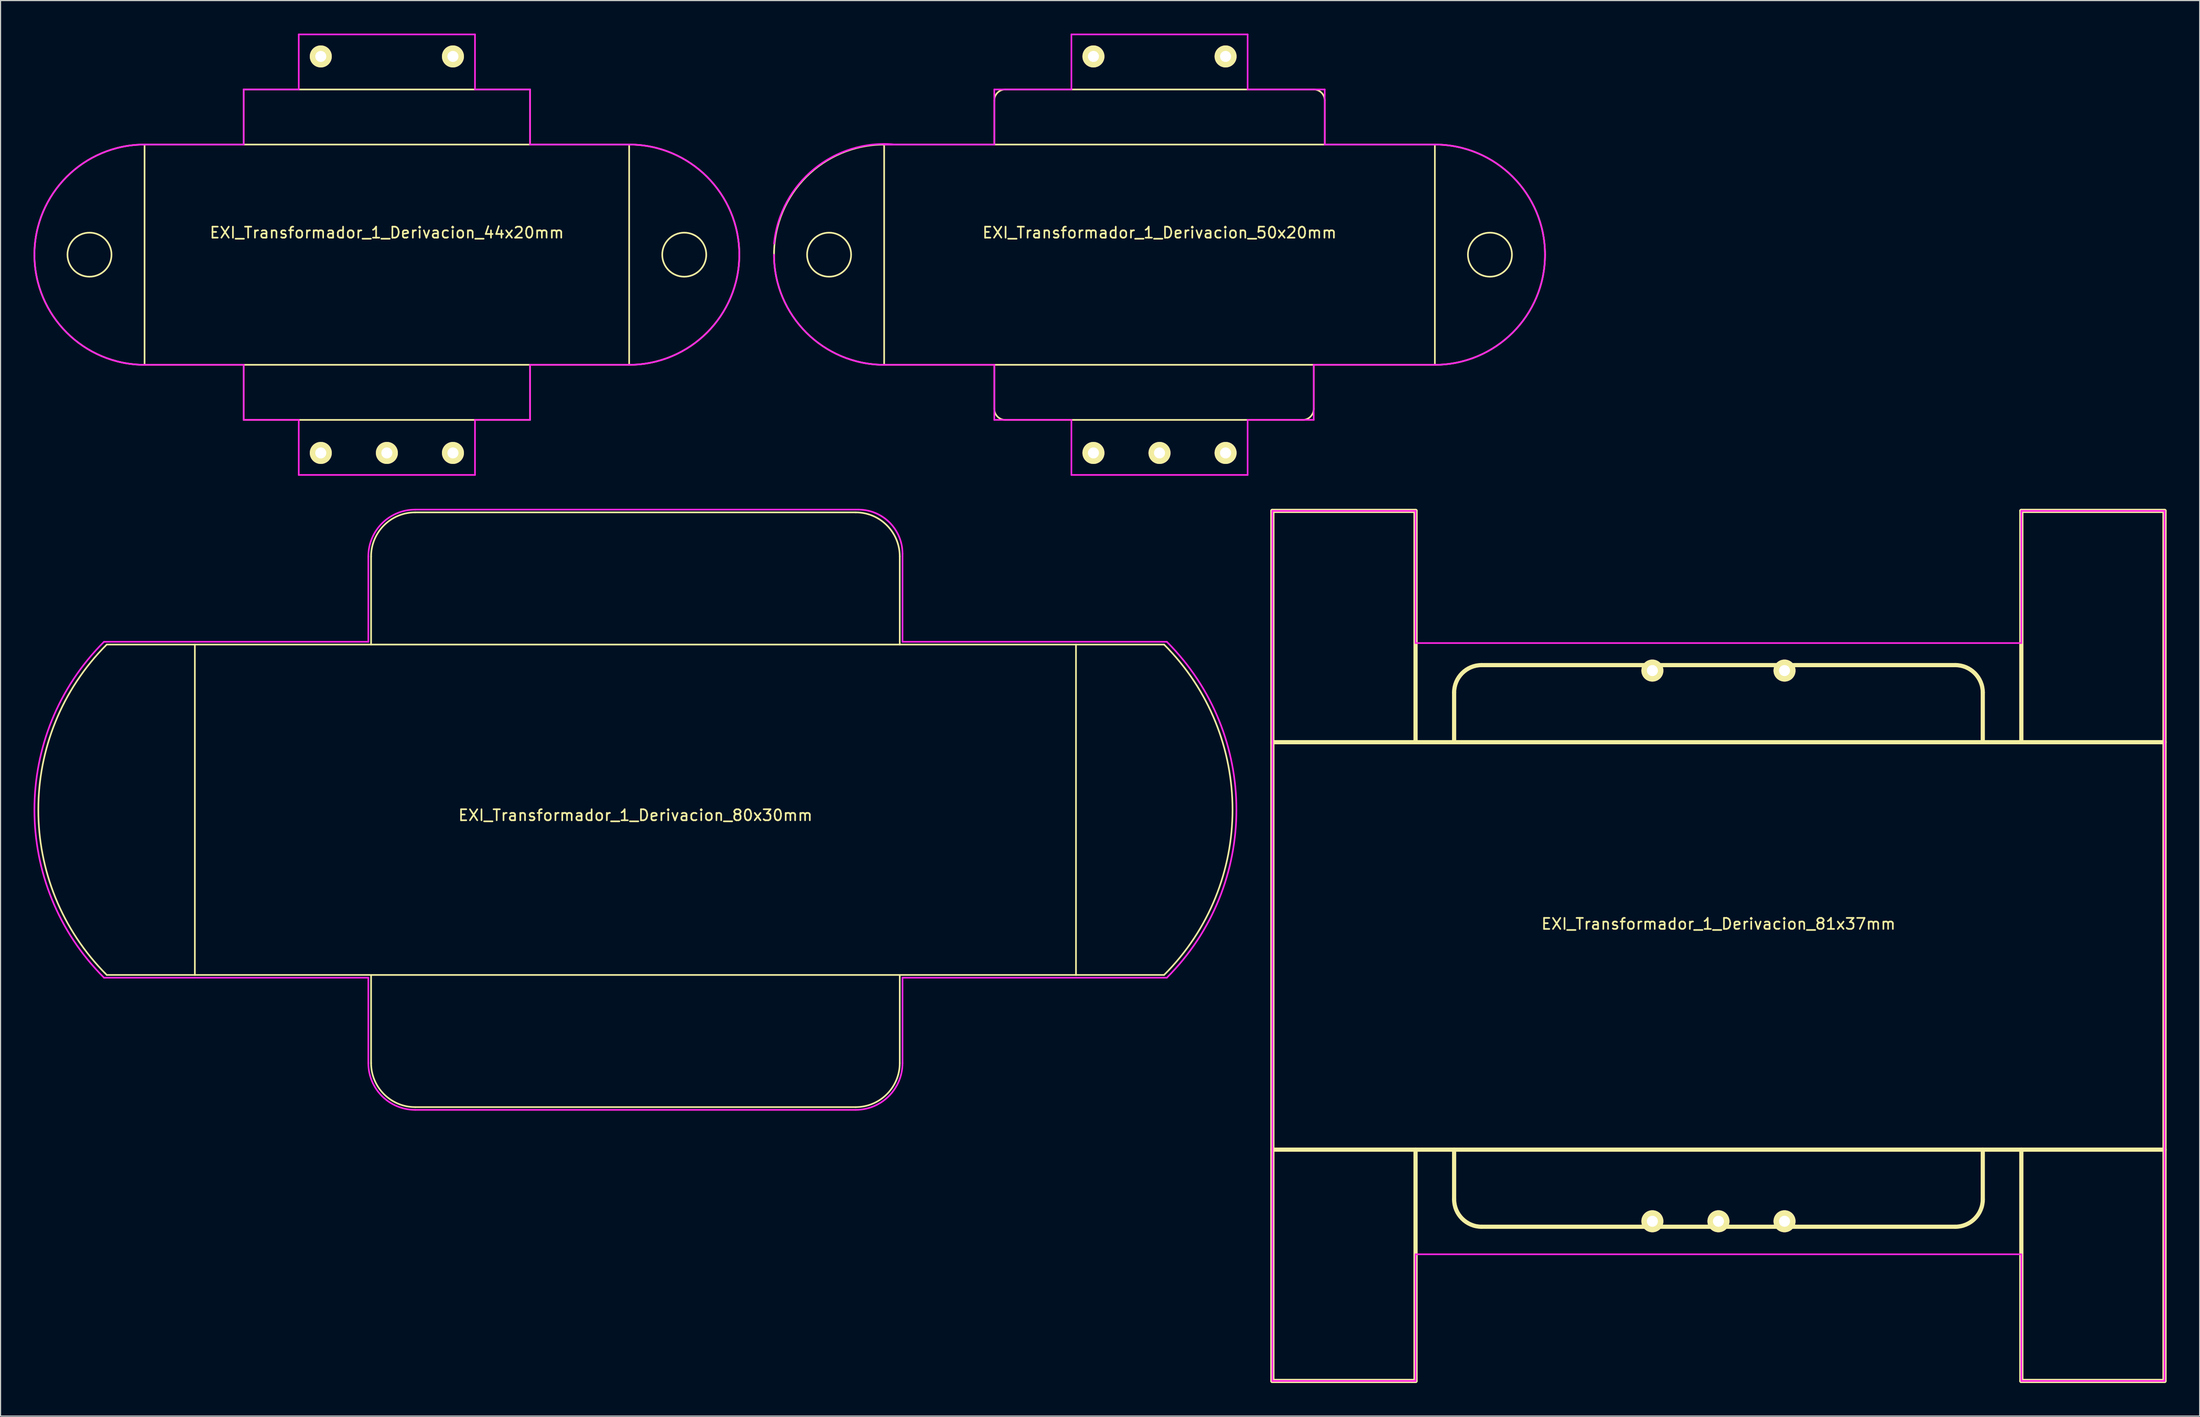
<source format=kicad_pcb>
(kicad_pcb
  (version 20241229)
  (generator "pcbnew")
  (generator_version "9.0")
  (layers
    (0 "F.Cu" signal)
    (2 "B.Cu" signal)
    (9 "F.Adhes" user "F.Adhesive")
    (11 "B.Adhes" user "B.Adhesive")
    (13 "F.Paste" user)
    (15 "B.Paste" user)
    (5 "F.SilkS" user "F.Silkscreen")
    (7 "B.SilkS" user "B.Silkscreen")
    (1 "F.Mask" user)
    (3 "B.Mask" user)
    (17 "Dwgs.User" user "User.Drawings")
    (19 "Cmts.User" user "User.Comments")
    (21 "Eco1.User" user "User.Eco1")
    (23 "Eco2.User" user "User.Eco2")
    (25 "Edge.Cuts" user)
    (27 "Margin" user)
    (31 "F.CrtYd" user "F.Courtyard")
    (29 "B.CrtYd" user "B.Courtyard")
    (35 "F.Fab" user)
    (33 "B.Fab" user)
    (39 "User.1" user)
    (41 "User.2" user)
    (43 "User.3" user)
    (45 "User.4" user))
  (footprint "EXI_Transformador_1_Derivacion_50x20mm"
    (layer "F.Cu")
    (at 102.226 20.075)
    (property "Reference" "EXI_Transformador_1_Derivacion_50x20mm" (at 0 -1.999 0) (layer "F.SilkS") (effects (font (size 1 1) (thickness 0.15))))
    (attr through_hole)
    (fp_line (start -25.001 -10) (end -25.001 10) (stroke (width 0.15) (type solid)) (layer "F.SilkS"))
    (fp_line (start -25.001 10) (end 25.001 10) (stroke (width 0.15) (type solid)) (layer "F.SilkS"))
    (fp_line (start -15.001 -14) (end -15.001 -10) (stroke (width 0.15) (type solid)) (layer "F.SilkS"))
    (fp_line (start -15.001 14) (end -15.001 10) (stroke (width 0.15) (type solid)) (layer "F.SilkS"))
    (fp_line (start -14 15.001) (end 13 15.001) (stroke (width 0.15) (type solid)) (layer "F.SilkS"))
    (fp_line (start 14 -15.001) (end -14 -15.001) (stroke (width 0.15) (type solid)) (layer "F.SilkS"))
    (fp_line (start 14 14) (end 14 10) (stroke (width 0.15) (type solid)) (layer "F.SilkS"))
    (fp_line (start 15.001 -14) (end 15.001 -10) (stroke (width 0.15) (type solid)) (layer "F.SilkS"))
    (fp_line (start 25.001 -10) (end -25.001 -10) (stroke (width 0.15) (type solid)) (layer "F.SilkS"))
    (fp_line (start 25.001 10) (end 25.001 -10) (stroke (width 0.15) (type solid)) (layer "F.SilkS"))
    (fp_arc (start -34.99866 0) (mid -32.069734 -7.071054) (end -24.99868 -9.99998) (stroke (width 0.15) (type solid)) (layer "F.SilkS"))
    (fp_arc (start -25.00122 9.99998) (mid -32.072274 7.071054) (end -35.0012 0) (stroke (width 0.15) (type solid)) (layer "F.SilkS"))
    (fp_arc (start -15.00124 -14.00048) (mid -14.708124 -14.708124) (end -14.00048 -15.00124) (stroke (width 0.15) (type solid)) (layer "F.SilkS"))
    (fp_arc (start -14.00048 15.00124) (mid -14.708124 14.708124) (end -15.00124 14.00048) (stroke (width 0.15) (type solid)) (layer "F.SilkS"))
    (fp_arc (start 14.00048 -15.00124) (mid 14.708124 -14.708124) (end 15.00124 -14.00048) (stroke (width 0.15) (type solid)) (layer "F.SilkS"))
    (fp_arc (start 14.00048 14.00048) (mid 13.707364 14.708124) (end 12.99972 15.00124) (stroke (width 0.15) (type solid)) (layer "F.SilkS"))
    (fp_arc (start 25.00122 -9.99998) (mid 32.072274 -7.071054) (end 35.0012 0) (stroke (width 0.15) (type solid)) (layer "F.SilkS"))
    (fp_arc (start 35.0012 0) (mid 32.072274 7.071054) (end 25.00122 9.99998) (stroke (width 0.15) (type solid)) (layer "F.SilkS"))
    (fp_circle (center -30 0) (end -28.001 0) (stroke (width 0.15) (type solid)) (fill no) (layer "F.SilkS"))
    (fp_circle (center 30 0) (end 31.999 0) (stroke (width 0.15) (type solid)) (fill no) (layer "F.SilkS"))
    (fp_line (start -25 -10) (end -15 -10) (stroke (width 0.15) (type solid)) (layer "F.CrtYd"))
    (fp_line (start -25 10) (end -15 10) (stroke (width 0.15) (type solid)) (layer "F.CrtYd"))
    (fp_line (start -15 -15) (end -8 -15) (stroke (width 0.15) (type solid)) (layer "F.CrtYd"))
    (fp_line (start -15 -10) (end -15 -15) (stroke (width 0.15) (type solid)) (layer "F.CrtYd"))
    (fp_line (start -15 10) (end -15 15) (stroke (width 0.15) (type solid)) (layer "F.CrtYd"))
    (fp_line (start -15 15) (end -8 15) (stroke (width 0.15) (type solid)) (layer "F.CrtYd"))
    (fp_line (start -8 -20) (end 8 -20) (stroke (width 0.15) (type solid)) (layer "F.CrtYd"))
    (fp_line (start -8 -15) (end -8 -20) (stroke (width 0.15) (type solid)) (layer "F.CrtYd"))
    (fp_line (start -8 15) (end -8 20) (stroke (width 0.15) (type solid)) (layer "F.CrtYd"))
    (fp_line (start -8 20) (end 8 20) (stroke (width 0.15) (type solid)) (layer "F.CrtYd"))
    (fp_line (start 8 -20) (end 8 -15) (stroke (width 0.15) (type solid)) (layer "F.CrtYd"))
    (fp_line (start 8 -15) (end 15 -15) (stroke (width 0.15) (type solid)) (layer "F.CrtYd"))
    (fp_line (start 8 15) (end 14 15) (stroke (width 0.15) (type solid)) (layer "F.CrtYd"))
    (fp_line (start 8 20) (end 8 15) (stroke (width 0.15) (type solid)) (layer "F.CrtYd"))
    (fp_line (start 14 10) (end 25 10) (stroke (width 0.15) (type solid)) (layer "F.CrtYd"))
    (fp_line (start 14 15) (end 14 10) (stroke (width 0.15) (type solid)) (layer "F.CrtYd"))
    (fp_line (start 15 -15) (end 15 -10) (stroke (width 0.15) (type solid)) (layer "F.CrtYd"))
    (fp_line (start 15 -10) (end 25 -10) (stroke (width 0.15) (type solid)) (layer "F.CrtYd"))
    (fp_arc (start -35 -1) (mid -31.363961 -7.778175) (end -24 -10) (stroke (width 0.15) (type solid)) (layer "F.CrtYd"))
    (fp_arc (start -25 10) (mid -32.071068 7.071068) (end -35 0) (stroke (width 0.15) (type solid)) (layer "F.CrtYd"))
    (fp_arc (start 25 -10) (mid 32.071068 -7.071068) (end 35 0) (stroke (width 0.15) (type solid)) (layer "F.CrtYd"))
    (fp_arc (start 35 0) (mid 32.071068 7.071068) (end 25 10) (stroke (width 0.15) (type solid)) (layer "F.CrtYd"))
    (pad "1" thru_hole circle (at -5.999 -18.001) (size 1.999 1.999) (drill 1.001) (layers "*.Cu" "*.Mask" "F.SilkS"))
    (pad "2" thru_hole circle (at 5.999 -18.001) (size 1.999 1.999) (drill 1.001) (layers "*.Cu" "*.Mask" "F.SilkS"))
    (pad "3" thru_hole circle (at -5.999 18.001) (size 1.999 1.999) (drill 1.001) (layers "*.Cu" "*.Mask" "F.SilkS"))
    (pad "4" thru_hole circle (at 5.999 18.001) (size 1.999 1.999) (drill 1.001) (layers "*.Cu" "*.Mask" "F.SilkS"))
    (pad "5" thru_hole circle (at 0 18.001) (size 1.999 1.999) (drill 1.001) (layers "*.Cu" "*.Mask" "F.SilkS")))
  (footprint "EXI_Transformador_1_Derivacion_81x37mm"
    (layer "F.Cu")
    (at 152.974 82.84)
    (property "Reference" "EXI_Transformador_1_Derivacion_81x37mm" (at 0 -1.999 0) (layer "F.SilkS") (effects (font (size 1 1) (thickness 0.15))))
    (attr through_hole)
    (fp_line (start -40.5 -39.5) (end -27.501 -39.5) (stroke (width 0.381) (type solid)) (layer "F.SilkS"))
    (fp_line (start -40.5 -18.499) (end -40.5 -39.5) (stroke (width 0.381) (type solid)) (layer "F.SilkS"))
    (fp_line (start -40.5 -18.499) (end -40.5 18.499) (stroke (width 0.381) (type solid)) (layer "F.SilkS"))
    (fp_line (start -40.5 -18.499) (end 40.5 -18.499) (stroke (width 0.381) (type solid)) (layer "F.SilkS"))
    (fp_line (start -40.5 18.499) (end -40.5 39.5) (stroke (width 0.381) (type solid)) (layer "F.SilkS"))
    (fp_line (start -40.5 39.5) (end -27.501 39.5) (stroke (width 0.381) (type solid)) (layer "F.SilkS"))
    (fp_line (start -27.501 -39.5) (end -27.501 -18.499) (stroke (width 0.381) (type solid)) (layer "F.SilkS"))
    (fp_line (start -27.501 39.5) (end -27.501 18.499) (stroke (width 0.381) (type solid)) (layer "F.SilkS"))
    (fp_line (start -24 -18.499) (end -24 -23) (stroke (width 0.381) (type solid)) (layer "F.SilkS"))
    (fp_line (start -24 18.499) (end -24 23) (stroke (width 0.381) (type solid)) (layer "F.SilkS"))
    (fp_line (start -21.501 -25.499) (end 21.501 -25.499) (stroke (width 0.381) (type solid)) (layer "F.SilkS"))
    (fp_line (start -21.501 25.499) (end 21.501 25.499) (stroke (width 0.381) (type solid)) (layer "F.SilkS"))
    (fp_line (start 24 -18.499) (end 24 -23) (stroke (width 0.381) (type solid)) (layer "F.SilkS"))
    (fp_line (start 24 18.499) (end 24 23) (stroke (width 0.381) (type solid)) (layer "F.SilkS"))
    (fp_line (start 27.501 -39.5) (end 27.501 -18.499) (stroke (width 0.381) (type solid)) (layer "F.SilkS"))
    (fp_line (start 27.501 39.5) (end 27.501 18.499) (stroke (width 0.381) (type solid)) (layer "F.SilkS"))
    (fp_line (start 40.5 -39.5) (end 27.501 -39.5) (stroke (width 0.381) (type solid)) (layer "F.SilkS"))
    (fp_line (start 40.5 -18.499) (end 40.5 -39.5) (stroke (width 0.381) (type solid)) (layer "F.SilkS"))
    (fp_line (start 40.5 18.499) (end -40.5 18.499) (stroke (width 0.381) (type solid)) (layer "F.SilkS"))
    (fp_line (start 40.5 18.499) (end 40.5 -18.499) (stroke (width 0.381) (type solid)) (layer "F.SilkS"))
    (fp_line (start 40.5 18.499) (end 40.5 39.5) (stroke (width 0.381) (type solid)) (layer "F.SilkS"))
    (fp_line (start 40.5 39.5) (end 27.501 39.5) (stroke (width 0.381) (type solid)) (layer "F.SilkS"))
    (fp_arc (start -24.00046 -22.9997) (mid -23.268414 -24.767014) (end -21.5011 -25.49906) (stroke (width 0.381) (type solid)) (layer "F.SilkS"))
    (fp_arc (start -21.5011 25.49906) (mid -23.268414 24.767014) (end -24.00046 22.9997) (stroke (width 0.381) (type solid)) (layer "F.SilkS"))
    (fp_arc (start 21.5011 -25.49906) (mid 23.268414 -24.767014) (end 24.00046 -22.9997) (stroke (width 0.381) (type solid)) (layer "F.SilkS"))
    (fp_arc (start 24.00046 22.9997) (mid 23.268414 24.767014) (end 21.5011 25.49906) (stroke (width 0.381) (type solid)) (layer "F.SilkS"))
    (fp_line (start -40.5 -39.5) (end -27.5 -39.5) (stroke (width 0.15) (type solid)) (layer "F.CrtYd"))
    (fp_line (start -40.5 39.5) (end -40.5 -39.5) (stroke (width 0.15) (type solid)) (layer "F.CrtYd"))
    (fp_line (start -27.5 -39.5) (end -27.5 -27.5) (stroke (width 0.15) (type solid)) (layer "F.CrtYd"))
    (fp_line (start -27.5 -27.5) (end 27.5 -27.5) (stroke (width 0.15) (type solid)) (layer "F.CrtYd"))
    (fp_line (start -27.5 28) (end -27.5 39.5) (stroke (width 0.15) (type solid)) (layer "F.CrtYd"))
    (fp_line (start -27.5 39.5) (end -40.5 39.5) (stroke (width 0.15) (type solid)) (layer "F.CrtYd"))
    (fp_line (start 27.5 -39.5) (end 40.5 -39.5) (stroke (width 0.15) (type solid)) (layer "F.CrtYd"))
    (fp_line (start 27.5 -27.5) (end 27.5 -39.5) (stroke (width 0.15) (type solid)) (layer "F.CrtYd"))
    (fp_line (start 27.5 28) (end -27.5 28) (stroke (width 0.15) (type solid)) (layer "F.CrtYd"))
    (fp_line (start 27.5 39.5) (end 27.5 28) (stroke (width 0.15) (type solid)) (layer "F.CrtYd"))
    (fp_line (start 40.5 -39.5) (end 40.5 39.5) (stroke (width 0.15) (type solid)) (layer "F.CrtYd"))
    (fp_line (start 40.5 39.5) (end 27.5 39.5) (stroke (width 0.15) (type solid)) (layer "F.CrtYd"))
    (pad "1" thru_hole circle (at -5.999 -25.001) (size 1.999 1.999) (drill 1.001) (layers "*.Cu" "*.Mask" "F.SilkS"))
    (pad "2" thru_hole circle (at 5.999 -25.001) (size 1.999 1.999) (drill 1.001) (layers "*.Cu" "*.Mask" "F.SilkS"))
    (pad "3" thru_hole circle (at -5.999 25.001) (size 1.999 1.999) (drill 1.001) (layers "*.Cu" "*.Mask" "F.SilkS"))
    (pad "4" thru_hole circle (at 5.999 25.001) (size 1.999 1.999) (drill 1.001) (layers "*.Cu" "*.Mask" "F.SilkS"))
    (pad "5" thru_hole circle (at 0 25.001) (size 1.999 1.999) (drill 1.001) (layers "*.Cu" "*.Mask" "F.SilkS")))
  (footprint "EXI_Transformador_1_Derivacion_44x20mm"
    (layer "F.Cu")
    (at 32.075 20.075)
    (property "Reference" "EXI_Transformador_1_Derivacion_44x20mm" (at 0 -1.999 0) (layer "F.SilkS") (effects (font (size 1 1) (thickness 0.15))))
    (attr through_hole)
    (fp_line (start -21.999 -10) (end 21.999 -10) (stroke (width 0.15) (type solid)) (layer "F.SilkS"))
    (fp_line (start -21.999 10) (end -21.999 -10) (stroke (width 0.15) (type solid)) (layer "F.SilkS"))
    (fp_line (start -13 -15.001) (end -13 -10) (stroke (width 0.15) (type solid)) (layer "F.SilkS"))
    (fp_line (start -13 10) (end -13 15.001) (stroke (width 0.15) (type solid)) (layer "F.SilkS"))
    (fp_line (start -13 15.001) (end 13 15.001) (stroke (width 0.15) (type solid)) (layer "F.SilkS"))
    (fp_line (start 13 -15.001) (end -13 -15.001) (stroke (width 0.15) (type solid)) (layer "F.SilkS"))
    (fp_line (start 13 -10) (end 13 -15.001) (stroke (width 0.15) (type solid)) (layer "F.SilkS"))
    (fp_line (start 13 15.001) (end 13 10) (stroke (width 0.15) (type solid)) (layer "F.SilkS"))
    (fp_line (start 21.999 -10) (end 21.999 10) (stroke (width 0.15) (type solid)) (layer "F.SilkS"))
    (fp_line (start 21.999 10) (end -21.999 10) (stroke (width 0.15) (type solid)) (layer "F.SilkS"))
    (fp_arc (start -31.99892 0) (mid -29.069994 -7.071054) (end -21.99894 -9.99998) (stroke (width 0.15) (type solid)) (layer "F.SilkS"))
    (fp_arc (start -21.99894 9.99998) (mid -29.069994 7.071054) (end -31.99892 0) (stroke (width 0.15) (type solid)) (layer "F.SilkS"))
    (fp_arc (start 21.99894 -9.99998) (mid 29.069994 -7.071054) (end 31.99892 0) (stroke (width 0.15) (type solid)) (layer "F.SilkS"))
    (fp_arc (start 31.99892 0) (mid 29.069994 7.071054) (end 21.99894 9.99998) (stroke (width 0.15) (type solid)) (layer "F.SilkS"))
    (fp_circle (center -27 0) (end -25.001 0) (stroke (width 0.15) (type solid)) (fill no) (layer "F.SilkS"))
    (fp_circle (center 27 0) (end 28.999 0) (stroke (width 0.15) (type solid)) (fill no) (layer "F.SilkS"))
    (fp_line (start -22 -10) (end -13 -10) (stroke (width 0.15) (type solid)) (layer "F.CrtYd"))
    (fp_line (start -22 10) (end -13 10) (stroke (width 0.15) (type solid)) (layer "F.CrtYd"))
    (fp_line (start -13 -15) (end -8 -15) (stroke (width 0.15) (type solid)) (layer "F.CrtYd"))
    (fp_line (start -13 -10) (end -13 -15) (stroke (width 0.15) (type solid)) (layer "F.CrtYd"))
    (fp_line (start -13 10) (end -13 15) (stroke (width 0.15) (type solid)) (layer "F.CrtYd"))
    (fp_line (start -13 15) (end -8 15) (stroke (width 0.15) (type solid)) (layer "F.CrtYd"))
    (fp_line (start -8 -20) (end 8 -20) (stroke (width 0.15) (type solid)) (layer "F.CrtYd"))
    (fp_line (start -8 -15) (end -8 -20) (stroke (width 0.15) (type solid)) (layer "F.CrtYd"))
    (fp_line (start -8 15) (end -8 20) (stroke (width 0.15) (type solid)) (layer "F.CrtYd"))
    (fp_line (start -8 20) (end 8 20) (stroke (width 0.15) (type solid)) (layer "F.CrtYd"))
    (fp_line (start 8 -20) (end 8 -15) (stroke (width 0.15) (type solid)) (layer "F.CrtYd"))
    (fp_line (start 8 -15) (end 13 -15) (stroke (width 0.15) (type solid)) (layer "F.CrtYd"))
    (fp_line (start 8 15) (end 13 15) (stroke (width 0.15) (type solid)) (layer "F.CrtYd"))
    (fp_line (start 8 20) (end 8 15) (stroke (width 0.15) (type solid)) (layer "F.CrtYd"))
    (fp_line (start 13 -15) (end 13 -10) (stroke (width 0.15) (type solid)) (layer "F.CrtYd"))
    (fp_line (start 13 -10) (end 22 -10) (stroke (width 0.15) (type solid)) (layer "F.CrtYd"))
    (fp_line (start 13 10) (end 22 10) (stroke (width 0.15) (type solid)) (layer "F.CrtYd"))
    (fp_line (start 13 15) (end 13 10) (stroke (width 0.15) (type solid)) (layer "F.CrtYd"))
    (fp_arc (start -32 0) (mid -29.071068 -7.071068) (end -22 -10) (stroke (width 0.15) (type solid)) (layer "F.CrtYd"))
    (fp_arc (start -22 10) (mid -29.071068 7.071068) (end -32 0) (stroke (width 0.15) (type solid)) (layer "F.CrtYd"))
    (fp_arc (start 22 -10) (mid 29.071068 -7.071068) (end 32 0) (stroke (width 0.15) (type solid)) (layer "F.CrtYd"))
    (fp_arc (start 32 0) (mid 29.071068 7.071068) (end 22 10) (stroke (width 0.15) (type solid)) (layer "F.CrtYd"))
    (pad "1" thru_hole circle (at -5.999 -18.001) (size 1.999 1.999) (drill 1.001) (layers "*.Cu" "*.Mask" "F.SilkS"))
    (pad "2" thru_hole circle (at 5.999 -18.001) (size 1.999 1.999) (drill 1.001) (layers "*.Cu" "*.Mask" "F.SilkS"))
    (pad "3" thru_hole circle (at -5.999 18.001) (size 1.999 1.999) (drill 1.001) (layers "*.Cu" "*.Mask" "F.SilkS"))
    (pad "4" thru_hole circle (at 5.999 18.001) (size 1.999 1.999) (drill 1.001) (layers "*.Cu" "*.Mask" "F.SilkS"))
    (pad "5" thru_hole circle (at 0 18.001) (size 1.999 1.999) (drill 1.001) (layers "*.Cu" "*.Mask" "F.SilkS")))
  (footprint "EXI_Transformador_1_Derivacion_80x30mm"
    (layer "F.Cu")
    (at 54.642 70.475)
    (property "Reference" "EXI_Transformador_1_Derivacion_80x30mm" (at 0 0.5 0) (layer "F.SilkS") (effects (font (size 1 1) (thickness 0.15))))
    (attr through_hole)
    (fp_line (start -48 15) (end -40 15) (stroke (width 0.15) (type solid)) (layer "F.SilkS"))
    (fp_line (start -40 -15) (end -48 -15) (stroke (width 0.15) (type solid)) (layer "F.SilkS"))
    (fp_line (start -40 -15) (end 40 -15) (stroke (width 0.15) (type solid)) (layer "F.SilkS"))
    (fp_line (start -40 15) (end -40 -15) (stroke (width 0.15) (type solid)) (layer "F.SilkS"))
    (fp_line (start -24 -23) (end -24 -15) (stroke (width 0.15) (type solid)) (layer "F.SilkS"))
    (fp_line (start -24 23) (end -24 15) (stroke (width 0.15) (type solid)) (layer "F.SilkS"))
    (fp_line (start -20 -27) (end 20 -27) (stroke (width 0.15) (type solid)) (layer "F.SilkS"))
    (fp_line (start -20 27) (end 20 27) (stroke (width 0.15) (type solid)) (layer "F.SilkS"))
    (fp_line (start 24 -23) (end 24 -15) (stroke (width 0.15) (type solid)) (layer "F.SilkS"))
    (fp_line (start 24 23) (end 24 15) (stroke (width 0.15) (type solid)) (layer "F.SilkS"))
    (fp_line (start 40 -15) (end 40 15) (stroke (width 0.15) (type solid)) (layer "F.SilkS"))
    (fp_line (start 40 -15) (end 48 -15) (stroke (width 0.15) (type solid)) (layer "F.SilkS"))
    (fp_line (start 40 15) (end -40 15) (stroke (width 0.15) (type solid)) (layer "F.SilkS"))
    (fp_line (start 48 15) (end 40 15) (stroke (width 0.15) (type solid)) (layer "F.SilkS"))
    (fp_arc (start -48 15) (mid -54.213203 0) (end -48 -15) (stroke (width 0.15) (type solid)) (layer "F.SilkS"))
    (fp_arc (start -24 -23) (mid -22.828427 -25.828427) (end -20 -27) (stroke (width 0.15) (type solid)) (layer "F.SilkS"))
    (fp_arc (start -20 27) (mid -22.828427 25.828427) (end -24 23) (stroke (width 0.15) (type solid)) (layer "F.SilkS"))
    (fp_arc (start 20 -27) (mid 22.828427 -25.828427) (end 24 -23) (stroke (width 0.15) (type solid)) (layer "F.SilkS"))
    (fp_arc (start 24 23) (mid 22.828427 25.828427) (end 20 27) (stroke (width 0.15) (type solid)) (layer "F.SilkS"))
    (fp_arc (start 48 -15) (mid 54.213203 0) (end 48 15) (stroke (width 0.15) (type solid)) (layer "F.SilkS"))
    (fp_line (start -24.25 -23) (end -24.25 -15.25) (stroke (width 0.15) (type solid)) (layer "F.CrtYd"))
    (fp_line (start -24.25 -15.25) (end -48.25 -15.25) (stroke (width 0.15) (type solid)) (layer "F.CrtYd"))
    (fp_line (start -24.25 15.25) (end -48.25 15.25) (stroke (width 0.15) (type solid)) (layer "F.CrtYd"))
    (fp_line (start -24.25 23) (end -24.25 15.25) (stroke (width 0.15) (type solid)) (layer "F.CrtYd"))
    (fp_line (start -20 -27.25) (end 20.25 -27.25) (stroke (width 0.15) (type solid)) (layer "F.CrtYd"))
    (fp_line (start 20 27.25) (end -20 27.25) (stroke (width 0.15) (type solid)) (layer "F.CrtYd"))
    (fp_line (start 24.25 -15.25) (end 24.25 -23.25) (stroke (width 0.15) (type solid)) (layer "F.CrtYd"))
    (fp_line (start 24.25 15.25) (end 48.25 15.25) (stroke (width 0.15) (type solid)) (layer "F.CrtYd"))
    (fp_line (start 24.25 23) (end 24.25 15.25) (stroke (width 0.15) (type solid)) (layer "F.CrtYd"))
    (fp_line (start 48.25 -15.25) (end 24.25 -15.25) (stroke (width 0.15) (type solid)) (layer "F.CrtYd"))
    (fp_arc (start -48.25 15.25) (mid -54.566757 0) (end -48.25 -15.25) (stroke (width 0.15) (type solid)) (layer "F.CrtYd"))
    (fp_arc (start -24.25 -23) (mid -23.005204 -26.005204) (end -20 -27.25) (stroke (width 0.15) (type solid)) (layer "F.CrtYd"))
    (fp_arc (start -20 27.25) (mid -23.005204 26.005204) (end -24.25 23) (stroke (width 0.15) (type solid)) (layer "F.CrtYd"))
    (fp_arc (start 20.25 -27.25) (mid 23.078427 -26.078427) (end 24.25 -23.25) (stroke (width 0.15) (type solid)) (layer "F.CrtYd"))
    (fp_arc (start 24.25 23) (mid 23.005204 26.005204) (end 20 27.25) (stroke (width 0.15) (type solid)) (layer "F.CrtYd"))
    (fp_arc (start 48.25 -15.25) (mid 54.566757 0) (end 48.25 15.25) (stroke (width 0.15) (type solid)) (layer "F.CrtYd")))
  (gr_rect
    (start -3 -3)
    (end 196.665 125.53)
    (stroke (width 0.1) (type default))
    (fill no)
    (layer "Edge.Cuts")))
</source>
